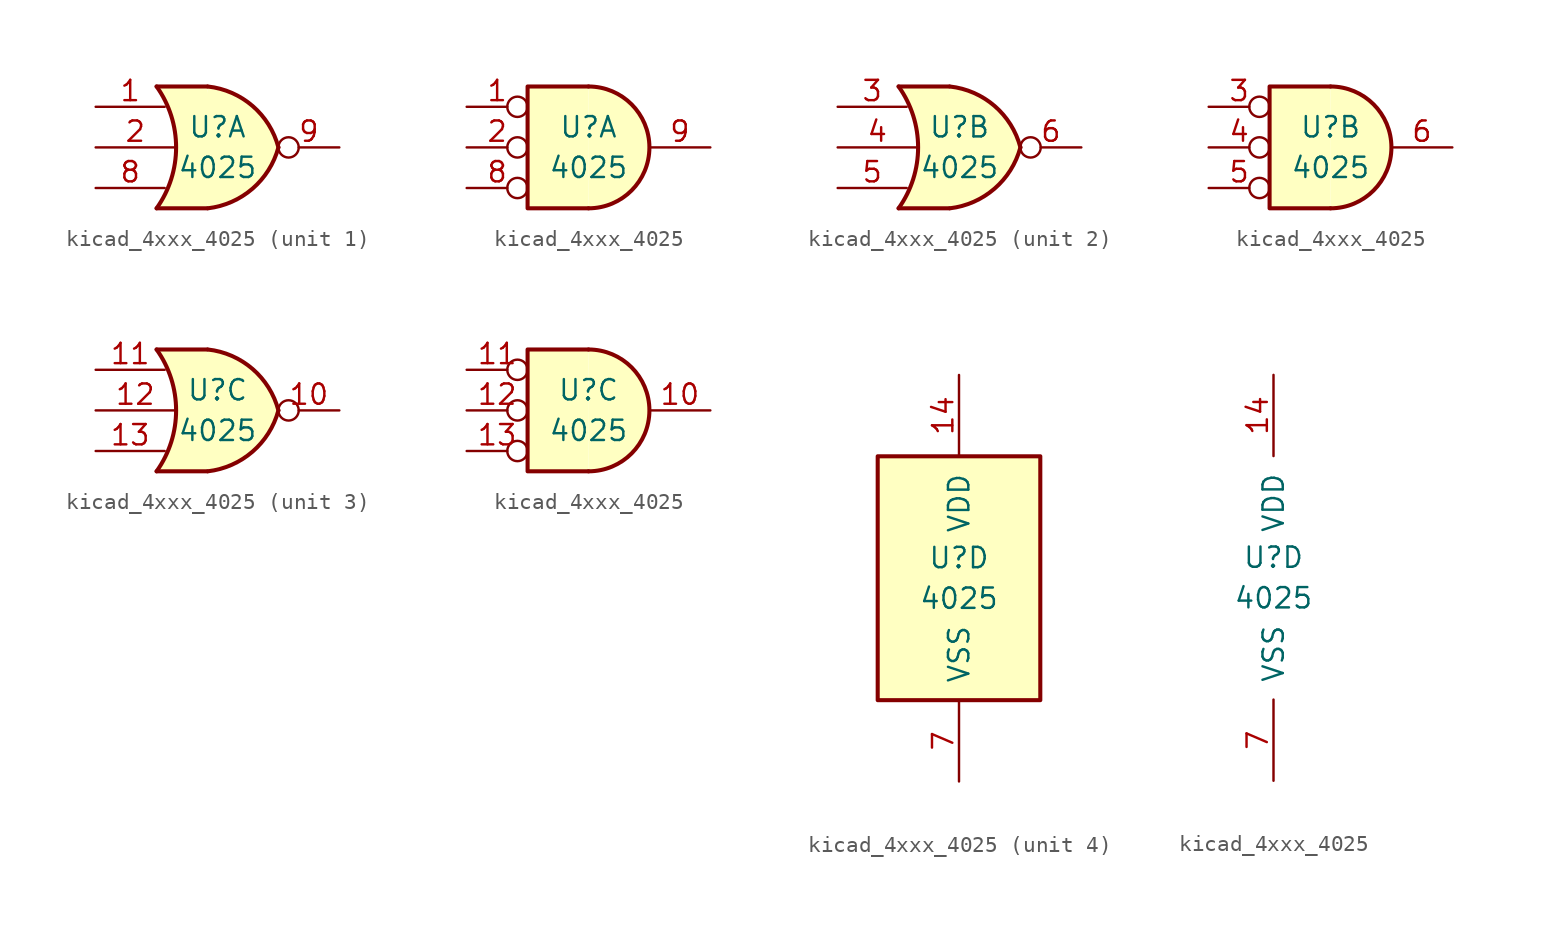
<source format=kicad_sym>
(kicad_symbol_lib
  (version 20220914)
  (generator kicad_symbol_editor)
  (symbol "kicad_4xxx_4025"
    (pin_names
      (offset 1.016))
    (property "Reference" "U"
      (at 0 1.27 0)
      (effects (font (size 1.27 1.27))))
    (property "Value" "4025"
      (at 0 -1.27 0)
      (effects (font (size 1.27 1.27))))
    (property "ki_locked" ""
      (at 0 0 0)
      (effects (font (size 1.27 1.27))))
    (symbol "kicad_4xxx_4025_1_1"
      (arc (start -3.81 -3.81) (mid -2.589 0) (end -3.81 3.81) (stroke (width 0.254) (type default)) (fill (type none)))
      (arc (start -0.6096 -3.81) (mid 2.1842 -2.5851) (end 3.81 0) (stroke (width 0.254) (type default)) (fill (type background)))
      (polyline (pts (xy -3.81 -3.81) (xy -0.635 -3.81)) (stroke (width 0.254) (type default)) (fill (type background)))
      (polyline (pts (xy -3.81 3.81) (xy -0.635 3.81)) (stroke (width 0.254) (type default)) (fill (type background)))
      (polyline (pts (xy -0.635 3.81) (xy -3.81 3.81) (xy -3.81 3.81) (xy -3.556 3.404) (xy -3.023 2.261) (xy -2.692 1.041) (xy -2.616 -0.254) (xy -2.769 -1.499) (xy -3.175 -2.718) (xy -3.81 -3.81) (xy -3.81 -3.81) (xy -0.635 -3.81)) (stroke (width -25.4) (type default)) (fill (type background)))
      (arc (start 3.81 0) (mid 2.1915 2.5936) (end -0.6096 3.81) (stroke (width 0.254) (type default)) (fill (type background)))
      (pin input line (at -7.62 2.54 0) (length 4.318) (name "~" (effects (font (size 1.27 1.27)))) (number "1" (effects (font (size 1.27 1.27)))))
      (pin input line (at -7.62 0 0) (length 4.953) (name "~" (effects (font (size 1.27 1.27)))) (number "2" (effects (font (size 1.27 1.27)))))
      (pin input line (at -7.62 -2.54 0) (length 4.318) (name "~" (effects (font (size 1.27 1.27)))) (number "8" (effects (font (size 1.27 1.27)))))
      (pin output inverted (at 7.62 0 180) (length 3.81) (name "~" (effects (font (size 1.27 1.27)))) (number "9" (effects (font (size 1.27 1.27))))))
    (symbol "kicad_4xxx_4025_1_2"
      (arc (start 0 -3.81) (mid 3.7934 0) (end 0 3.81) (stroke (width 0.254) (type default)) (fill (type background)))
      (polyline (pts (xy 0 3.81) (xy -3.81 3.81) (xy -3.81 -3.81) (xy 0 -3.81)) (stroke (width 0.254) (type default)) (fill (type background)))
      (pin input inverted (at -7.62 2.54 0) (length 3.81) (name "~" (effects (font (size 1.27 1.27)))) (number "1" (effects (font (size 1.27 1.27)))))
      (pin input inverted (at -7.62 0 0) (length 3.81) (name "~" (effects (font (size 1.27 1.27)))) (number "2" (effects (font (size 1.27 1.27)))))
      (pin input inverted (at -7.62 -2.54 0) (length 3.81) (name "~" (effects (font (size 1.27 1.27)))) (number "8" (effects (font (size 1.27 1.27)))))
      (pin output line (at 7.62 0 180) (length 3.81) (name "~" (effects (font (size 1.27 1.27)))) (number "9" (effects (font (size 1.27 1.27))))))
    (symbol "kicad_4xxx_4025_2_1"
      (arc (start -3.81 -3.81) (mid -2.589 0) (end -3.81 3.81) (stroke (width 0.254) (type default)) (fill (type none)))
      (arc (start -0.6096 -3.81) (mid 2.1842 -2.5851) (end 3.81 0) (stroke (width 0.254) (type default)) (fill (type background)))
      (polyline (pts (xy -3.81 -3.81) (xy -0.635 -3.81)) (stroke (width 0.254) (type default)) (fill (type background)))
      (polyline (pts (xy -3.81 3.81) (xy -0.635 3.81)) (stroke (width 0.254) (type default)) (fill (type background)))
      (polyline (pts (xy -0.635 3.81) (xy -3.81 3.81) (xy -3.81 3.81) (xy -3.556 3.404) (xy -3.023 2.261) (xy -2.692 1.041) (xy -2.616 -0.254) (xy -2.769 -1.499) (xy -3.175 -2.718) (xy -3.81 -3.81) (xy -3.81 -3.81) (xy -0.635 -3.81)) (stroke (width -25.4) (type default)) (fill (type background)))
      (arc (start 3.81 0) (mid 2.1915 2.5936) (end -0.6096 3.81) (stroke (width 0.254) (type default)) (fill (type background)))
      (pin input line (at -7.62 2.54 0) (length 4.318) (name "~" (effects (font (size 1.27 1.27)))) (number "3" (effects (font (size 1.27 1.27)))))
      (pin input line (at -7.62 0 0) (length 4.953) (name "~" (effects (font (size 1.27 1.27)))) (number "4" (effects (font (size 1.27 1.27)))))
      (pin input line (at -7.62 -2.54 0) (length 4.318) (name "~" (effects (font (size 1.27 1.27)))) (number "5" (effects (font (size 1.27 1.27)))))
      (pin output inverted (at 7.62 0 180) (length 3.81) (name "~" (effects (font (size 1.27 1.27)))) (number "6" (effects (font (size 1.27 1.27))))))
    (symbol "kicad_4xxx_4025_2_2"
      (arc (start 0 -3.81) (mid 3.7934 0) (end 0 3.81) (stroke (width 0.254) (type default)) (fill (type background)))
      (polyline (pts (xy 0 3.81) (xy -3.81 3.81) (xy -3.81 -3.81) (xy 0 -3.81)) (stroke (width 0.254) (type default)) (fill (type background)))
      (pin input inverted (at -7.62 2.54 0) (length 3.81) (name "~" (effects (font (size 1.27 1.27)))) (number "3" (effects (font (size 1.27 1.27)))))
      (pin input inverted (at -7.62 0 0) (length 3.81) (name "~" (effects (font (size 1.27 1.27)))) (number "4" (effects (font (size 1.27 1.27)))))
      (pin input inverted (at -7.62 -2.54 0) (length 3.81) (name "~" (effects (font (size 1.27 1.27)))) (number "5" (effects (font (size 1.27 1.27)))))
      (pin output line (at 7.62 0 180) (length 3.81) (name "~" (effects (font (size 1.27 1.27)))) (number "6" (effects (font (size 1.27 1.27))))))
    (symbol "kicad_4xxx_4025_3_1"
      (arc (start -3.81 -3.81) (mid -2.589 0) (end -3.81 3.81) (stroke (width 0.254) (type default)) (fill (type none)))
      (arc (start -0.6096 -3.81) (mid 2.1842 -2.5851) (end 3.81 0) (stroke (width 0.254) (type default)) (fill (type background)))
      (polyline (pts (xy -3.81 -3.81) (xy -0.635 -3.81)) (stroke (width 0.254) (type default)) (fill (type background)))
      (polyline (pts (xy -3.81 3.81) (xy -0.635 3.81)) (stroke (width 0.254) (type default)) (fill (type background)))
      (polyline (pts (xy -0.635 3.81) (xy -3.81 3.81) (xy -3.81 3.81) (xy -3.556 3.404) (xy -3.023 2.261) (xy -2.692 1.041) (xy -2.616 -0.254) (xy -2.769 -1.499) (xy -3.175 -2.718) (xy -3.81 -3.81) (xy -3.81 -3.81) (xy -0.635 -3.81)) (stroke (width -25.4) (type default)) (fill (type background)))
      (arc (start 3.81 0) (mid 2.1915 2.5936) (end -0.6096 3.81) (stroke (width 0.254) (type default)) (fill (type background)))
      (pin output inverted (at 7.62 0 180) (length 3.81) (name "~" (effects (font (size 1.27 1.27)))) (number "10" (effects (font (size 1.27 1.27)))))
      (pin input line (at -7.62 2.54 0) (length 4.318) (name "~" (effects (font (size 1.27 1.27)))) (number "11" (effects (font (size 1.27 1.27)))))
      (pin input line (at -7.62 0 0) (length 4.953) (name "~" (effects (font (size 1.27 1.27)))) (number "12" (effects (font (size 1.27 1.27)))))
      (pin input line (at -7.62 -2.54 0) (length 4.318) (name "~" (effects (font (size 1.27 1.27)))) (number "13" (effects (font (size 1.27 1.27))))))
    (symbol "kicad_4xxx_4025_3_2"
      (arc (start 0 -3.81) (mid 3.7934 0) (end 0 3.81) (stroke (width 0.254) (type default)) (fill (type background)))
      (polyline (pts (xy 0 3.81) (xy -3.81 3.81) (xy -3.81 -3.81) (xy 0 -3.81)) (stroke (width 0.254) (type default)) (fill (type background)))
      (pin output line (at 7.62 0 180) (length 3.81) (name "~" (effects (font (size 1.27 1.27)))) (number "10" (effects (font (size 1.27 1.27)))))
      (pin input inverted (at -7.62 2.54 0) (length 3.81) (name "~" (effects (font (size 1.27 1.27)))) (number "11" (effects (font (size 1.27 1.27)))))
      (pin input inverted (at -7.62 0 0) (length 3.81) (name "~" (effects (font (size 1.27 1.27)))) (number "12" (effects (font (size 1.27 1.27)))))
      (pin input inverted (at -7.62 -2.54 0) (length 3.81) (name "~" (effects (font (size 1.27 1.27)))) (number "13" (effects (font (size 1.27 1.27))))))
    (symbol "kicad_4xxx_4025_4_0"
      (pin power_in line (at 0 12.7 270) (length 5.08) (name "VDD" (effects (font (size 1.27 1.27)))) (number "14" (effects (font (size 1.27 1.27)))))
      (pin power_in line (at 0 -12.7 90) (length 5.08) (name "VSS" (effects (font (size 1.27 1.27)))) (number "7" (effects (font (size 1.27 1.27))))))
    (symbol "kicad_4xxx_4025_4_1"
      (rectangle (start -5.08 7.62) (end 5.08 -7.62) (stroke (width 0.254) (type default)) (fill (type background))))))
</source>
